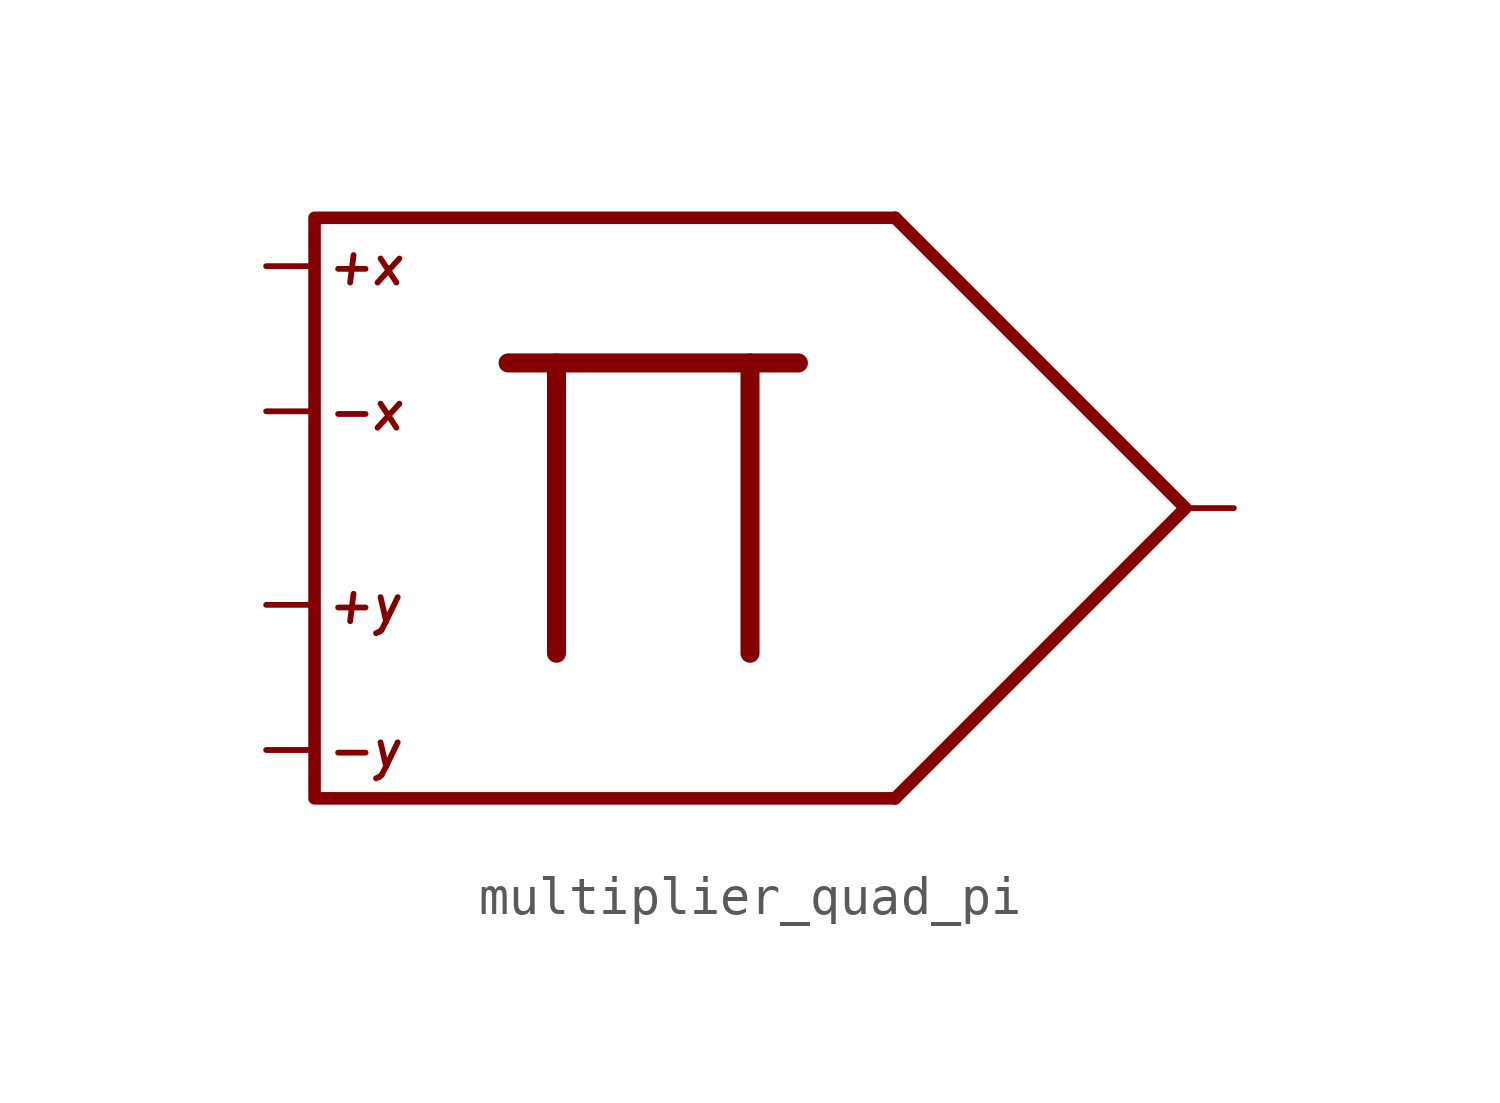
<source format=kicad_sym>
(kicad_symbol_lib
  (version 20211014)
  (generator kicad_symbol_editor)
  (symbol "multiplier_quad_pi"
    (property "Reference" "U"
      (at 3.81 12.7 0)
      (effects (font (size 1.27 1.27)) hide))
    (symbol "multiplier_quad_pi_0_0"
      (polyline (pts (xy -8.89 -3.81) (xy -8.89 3.81)) (stroke (width 0.5) (type default) (color 0 0 0 0)) (fill (type none)))
      (polyline (pts (xy -3.81 3.81) (xy -3.81 -3.81)) (stroke (width 0.5) (type default) (color 0 0 0 0)) (fill (type none)))
      (polyline (pts (xy -2.54 3.81) (xy -10.16 3.81)) (stroke (width 0.5) (type default) (color 0 0 0 0)) (fill (type none)))
      (polyline (pts (xy 0 7.62) (xy -15.24 7.62) (xy -15.24 -7.62) (xy 0 -7.62)) (stroke (width 0.33) (type default) (color 0 0 0 0)) (fill (type none)))
      (text "+x" (at -14.986 6.35 0) (effects (font (size 0.945 0.945) italic) (justify left)))
      (text "+y" (at -14.986 -2.54 0) (effects (font (size 0.945 0.945) italic) (justify left)))
      (text "-x" (at -14.986 2.54 0) (effects (font (size 0.945 0.945) italic) (justify left)))
      (text "-y" (at -14.986 -6.35 0) (effects (font (size 0.945 0.945) italic) (justify left))))
    (symbol "multiplier_quad_pi_0_1"
      (polyline (pts (xy 0 7.62) (xy 7.62 0) (xy 0 -7.62)) (stroke (width 0.33) (type default) (color 0 0 0 0)) (fill (type none))))
    (symbol "multiplier_quad_pi_1_1"
      (pin input line (at -16.51 -6.35 0) (length 1.27) (name "" (effects (font (size 1.27 1.27)))) (number "" (effects (font (size 1.27 1.27)))))
      (pin input line (at -16.51 -2.54 0) (length 1.27) (name "" (effects (font (size 1.27 1.27)))) (number "" (effects (font (size 1.27 1.27)))))
      (pin input line (at -16.51 2.54 0) (length 1.27) (name "" (effects (font (size 1.27 1.27)))) (number "" (effects (font (size 1.27 1.27)))))
      (pin input line (at -16.51 6.35 0) (length 1.27) (name "" (effects (font (size 1.27 1.27)))) (number "" (effects (font (size 1.27 1.27)))))
      (pin output line (at 8.89 0 180) (length 1.27) (name "" (effects (font (size 1.27 1.27)))) (number "" (effects (font (size 1.27 1.27))))))))
</source>
